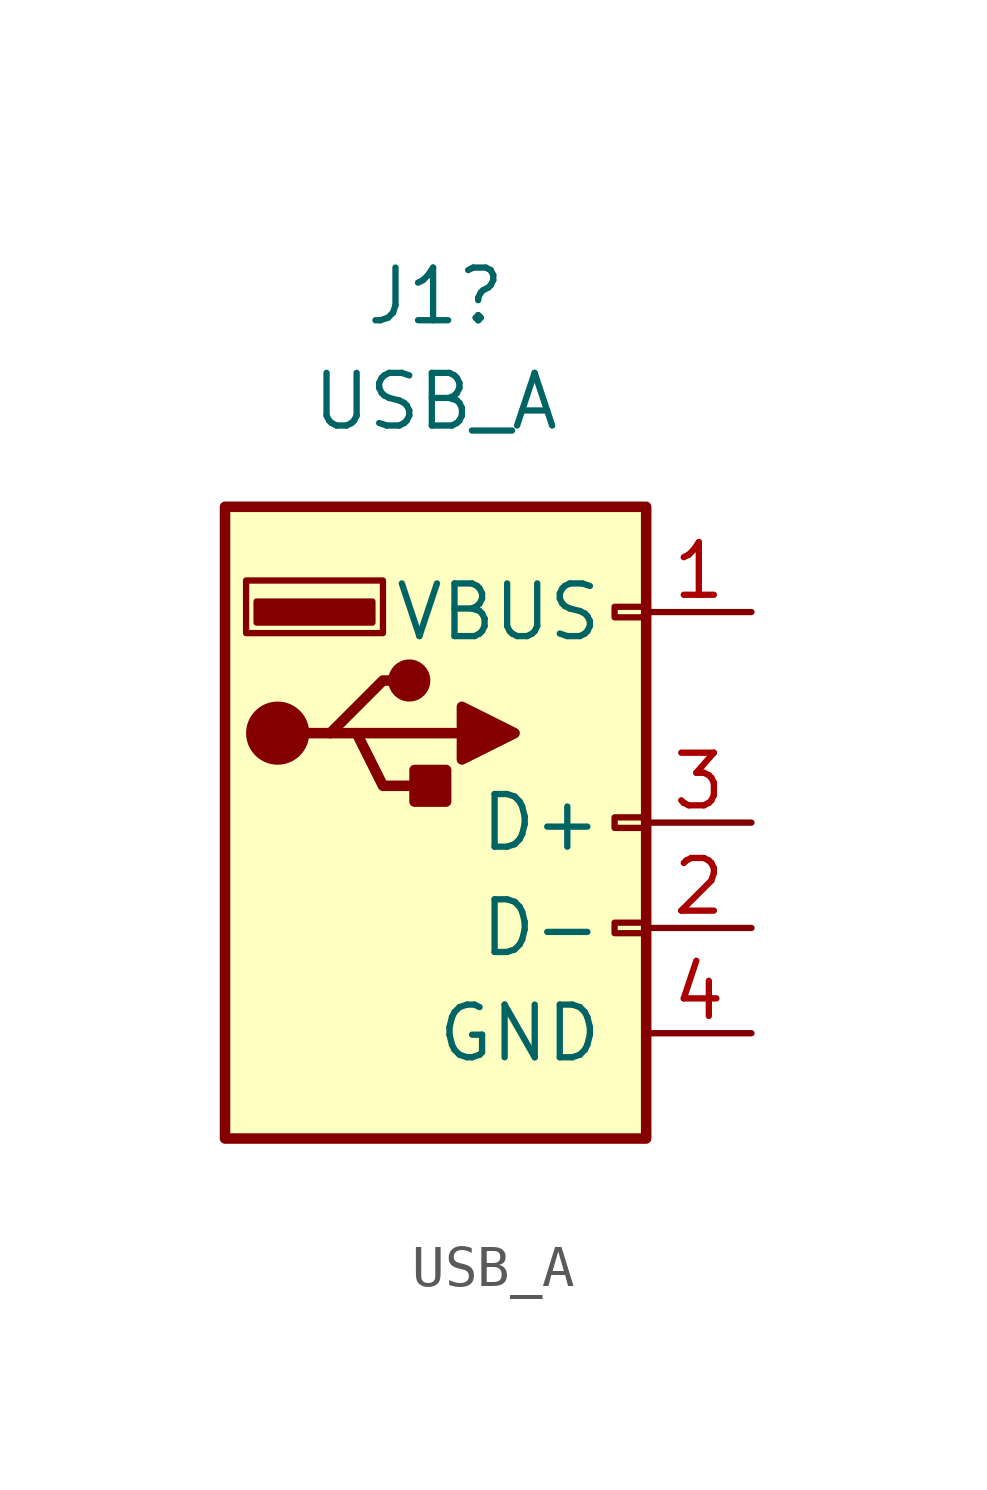
<source format=kicad_sym>
(kicad_symbol_lib
  (version 20220914)
  (generator kicad_symbol_editor)
  (symbol "USB_A"
    (pin_names
      (offset 1.016))
    (property "Reference" "J1"
      (at 0 12.7 0)
      (effects (font (size 1.27 1.27))))
    (property "Value" "USB_A"
      (at 0 10.16 0)
      (effects (font (size 1.27 1.27))))
    (symbol "USB_A_0_1"
      (rectangle (start -5.08 -7.62) (end 5.08 7.62) (stroke (width 0.254) (type default)) (fill (type background)))
      (circle (center -3.81 2.159) (radius 0.635) (stroke (width 0.254) (type default)) (fill (type outline)))
      (rectangle (start -1.524 4.826) (end -4.318 5.334) (stroke (width 0) (type default)) (fill (type outline)))
      (rectangle (start -1.27 4.572) (end -4.572 5.842) (stroke (width 0) (type default)) (fill (type none)))
      (circle (center -0.635 3.429) (radius 0.381) (stroke (width 0.254) (type default)) (fill (type outline)))
      (polyline (pts (xy -3.175 2.159) (xy -2.54 2.159) (xy -1.27 3.429) (xy -0.635 3.429)) (stroke (width 0.254) (type default)) (fill (type none)))
      (polyline (pts (xy -2.54 2.159) (xy -1.905 2.159) (xy -1.27 0.889) (xy 0 0.889)) (stroke (width 0.254) (type default)) (fill (type none)))
      (polyline (pts (xy 0.635 2.794) (xy 0.635 1.524) (xy 1.905 2.159) (xy 0.635 2.794)) (stroke (width 0.254) (type default)) (fill (type outline)))
      (rectangle (start 0.254 1.27) (end -0.508 0.508) (stroke (width 0.254) (type default)) (fill (type outline)))
      (rectangle (start 5.08 -2.667) (end 4.318 -2.413) (stroke (width 0) (type default)) (fill (type none)))
      (rectangle (start 5.08 -0.127) (end 4.318 0.127) (stroke (width 0) (type default)) (fill (type none)))
      (rectangle (start 5.08 4.953) (end 4.318 5.207) (stroke (width 0) (type default)) (fill (type none))))
    (symbol "USB_A_1_1"
      (polyline (pts (xy -1.905 2.159) (xy 0.635 2.159)) (stroke (width 0.254) (type default)) (fill (type none)))
      (pin power_in line (at 7.62 5.08 180) (length 2.54) (name "VBUS" (effects (font (size 1.27 1.27)))) (number "1" (effects (font (size 1.27 1.27)))))
      (pin bidirectional line (at 7.62 -2.54 180) (length 2.54) (name "D-" (effects (font (size 1.27 1.27)))) (number "2" (effects (font (size 1.27 1.27)))))
      (pin bidirectional line (at 7.62 0 180) (length 2.54) (name "D+" (effects (font (size 1.27 1.27)))) (number "3" (effects (font (size 1.27 1.27)))))
      (pin power_in line (at 7.62 -5.08 180) (length 2.54) (name "GND" (effects (font (size 1.27 1.27)))) (number "4" (effects (font (size 1.27 1.27))))))))
</source>
